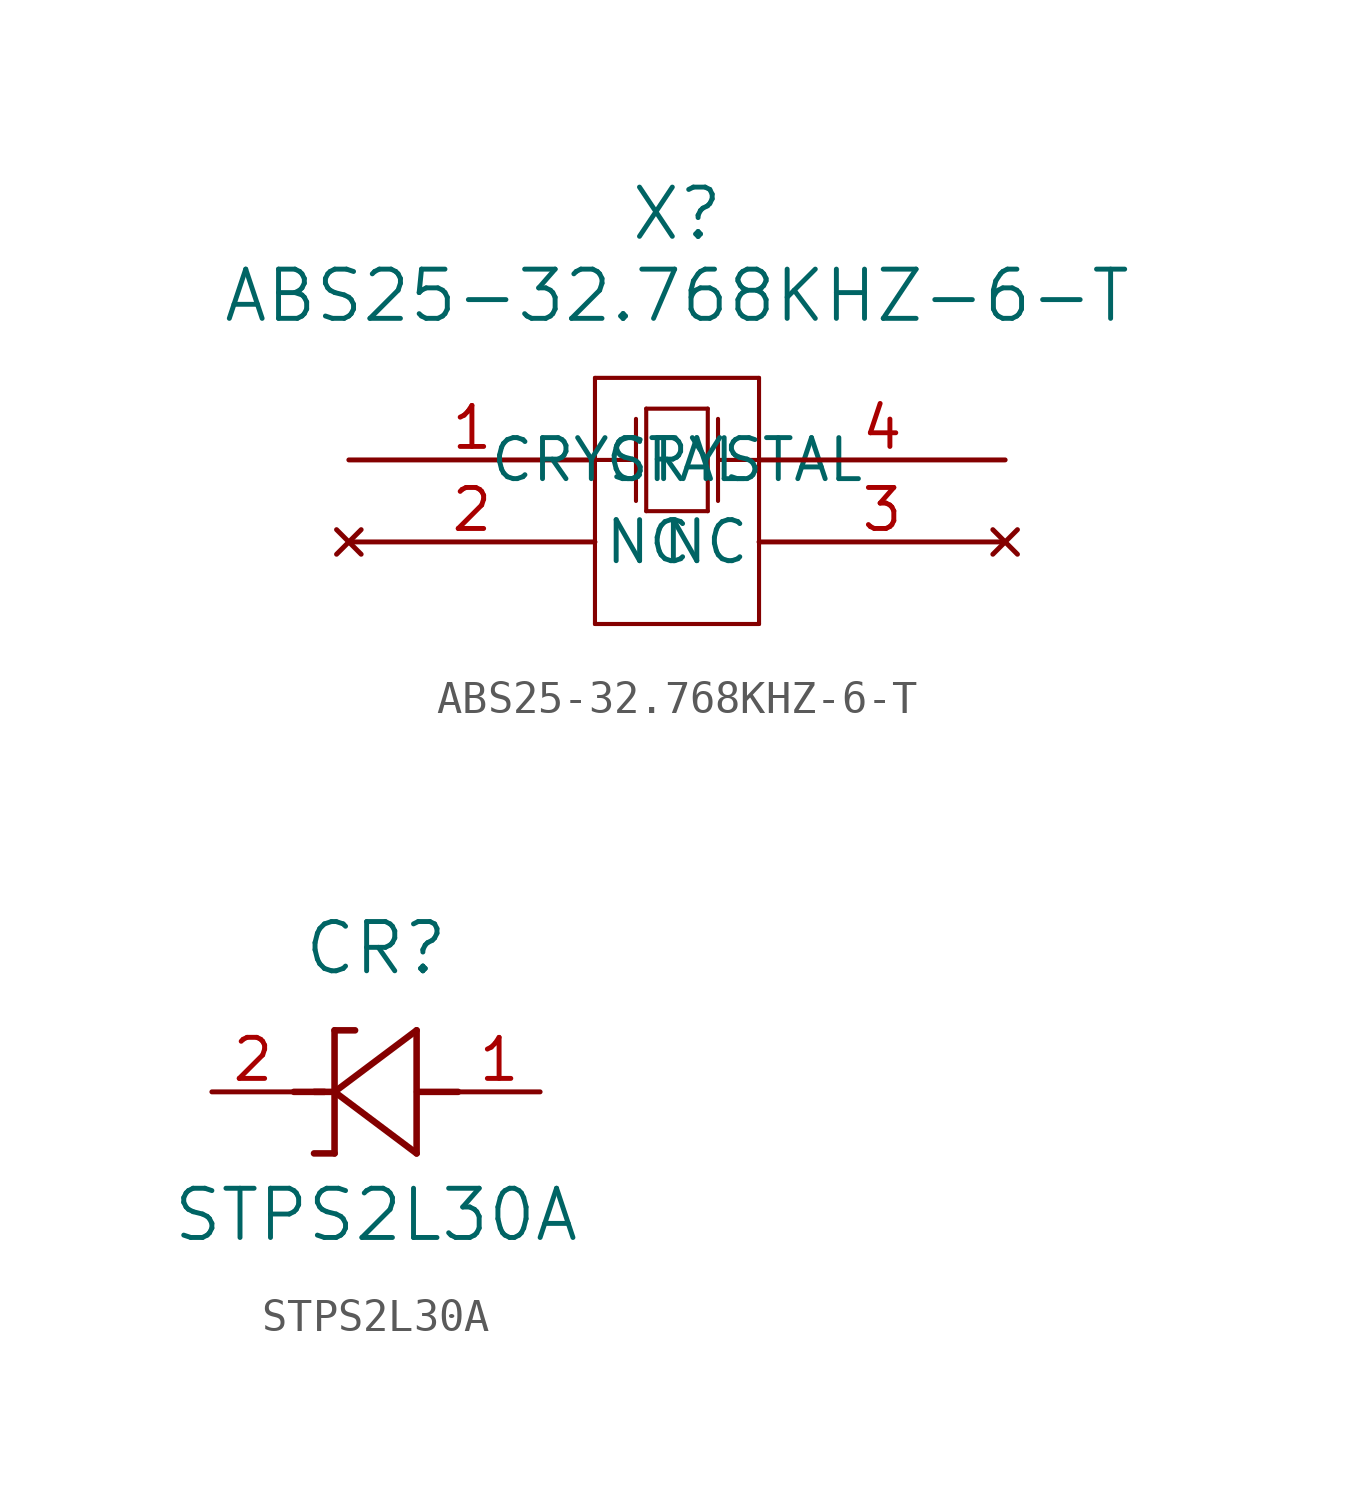
<source format=kicad_sym>
(kicad_symbol_lib
  (version 20220914)
  (generator kicad_symbol_editor)
  (symbol "ABS25-32.768KHZ-6-T"
    (pin_names
      (offset 0.254))
    (property "Reference" "X"
      (at 10.16 7.62 0)
      (effects (font (size 1.524 1.524))))
    (property "Value" "ABS25-32.768KHZ-6-T"
      (at 10.16 5.08 0)
      (effects (font (size 1.524 1.524))))
    (symbol "ABS25-32.768KHZ-6-T_0_1"
      (polyline (pts (xy 7.62 -5.08) (xy 12.7 -5.08)) (stroke (width 0.127) (type default)) (fill (type none)))
      (polyline (pts (xy 7.62 0) (xy 8.89 0)) (stroke (width 0.127) (type default)) (fill (type none)))
      (polyline (pts (xy 7.62 2.54) (xy 7.62 -5.08)) (stroke (width 0.127) (type default)) (fill (type none)))
      (polyline (pts (xy 8.89 1.27) (xy 8.89 -1.27)) (stroke (width 0.127) (type default)) (fill (type none)))
      (polyline (pts (xy 9.207 -1.587) (xy 11.113 -1.587)) (stroke (width 0.127) (type default)) (fill (type none)))
      (polyline (pts (xy 9.207 1.587) (xy 9.207 -1.587)) (stroke (width 0.127) (type default)) (fill (type none)))
      (polyline (pts (xy 9.207 1.587) (xy 11.113 1.587)) (stroke (width 0.127) (type default)) (fill (type none)))
      (polyline (pts (xy 11.113 1.587) (xy 11.113 -1.587)) (stroke (width 0.127) (type default)) (fill (type none)))
      (polyline (pts (xy 11.43 0) (xy 12.7 0)) (stroke (width 0.127) (type default)) (fill (type none)))
      (polyline (pts (xy 11.43 1.27) (xy 11.43 -1.27)) (stroke (width 0.127) (type default)) (fill (type none)))
      (polyline (pts (xy 12.7 -5.08) (xy 12.7 2.54)) (stroke (width 0.127) (type default)) (fill (type none)))
      (polyline (pts (xy 12.7 2.54) (xy 7.62 2.54)) (stroke (width 0.127) (type default)) (fill (type none)))
      (pin unspecified line (at 0 0 0) (length 7.62) (name "CRYSTAL" (effects (font (size 1.27 1.27)))) (number "1" (effects (font (size 1.27 1.27)))))
      (pin no_connect line (at 0 -2.54 0) (length 7.62) (name "NC" (effects (font (size 1.27 1.27)))) (number "2" (effects (font (size 1.27 1.27)))))
      (pin no_connect line (at 20.32 -2.54 180) (length 7.62) (name "NC" (effects (font (size 1.27 1.27)))) (number "3" (effects (font (size 1.27 1.27)))))
      (pin unspecified line (at 20.32 0 180) (length 7.62) (name "CRYSTAL" (effects (font (size 1.27 1.27)))) (number "4" (effects (font (size 1.27 1.27)))))))
  (symbol "STPS2L30A"
    (pin_names
      (offset 0.254))
    (property "Reference" "CR"
      (at 5.08 4.445 0)
      (effects (font (size 1.524 1.524))))
    (property "Value" "STPS2L30A"
      (at 5.08 -3.81 0)
      (effects (font (size 1.524 1.524))))
    (symbol "STPS2L30A_0_1"
      (polyline (pts (xy 2.54 0) (xy 3.48 0)) (stroke (width 0.203) (type default)) (fill (type none)))
      (polyline (pts (xy 3.175 0) (xy 3.81 0)) (stroke (width 0.203) (type default)) (fill (type none)))
      (polyline (pts (xy 3.797 -1.905) (xy 3.162 -1.905)) (stroke (width 0.203) (type default)) (fill (type none)))
      (polyline (pts (xy 3.797 0) (xy 6.337 -1.905)) (stroke (width 0.203) (type default)) (fill (type none)))
      (polyline (pts (xy 3.797 1.905) (xy 3.797 -1.905)) (stroke (width 0.203) (type default)) (fill (type none)))
      (polyline (pts (xy 3.797 1.905) (xy 4.432 1.905)) (stroke (width 0.203) (type default)) (fill (type none)))
      (polyline (pts (xy 6.337 -1.905) (xy 6.337 1.905)) (stroke (width 0.203) (type default)) (fill (type none)))
      (polyline (pts (xy 6.337 1.905) (xy 3.797 0)) (stroke (width 0.203) (type default)) (fill (type none)))
      (polyline (pts (xy 6.35 0) (xy 7.62 0)) (stroke (width 0.203) (type default)) (fill (type none)))
      (pin unspecified line (at 10.16 0 180) (length 2.54) (name "" (effects (font (size 1.27 1.27)))) (number "1" (effects (font (size 1.27 1.27)))))
      (pin unspecified line (at 0 0 0) (length 2.54) (name "" (effects (font (size 1.27 1.27)))) (number "2" (effects (font (size 1.27 1.27))))))))
</source>
